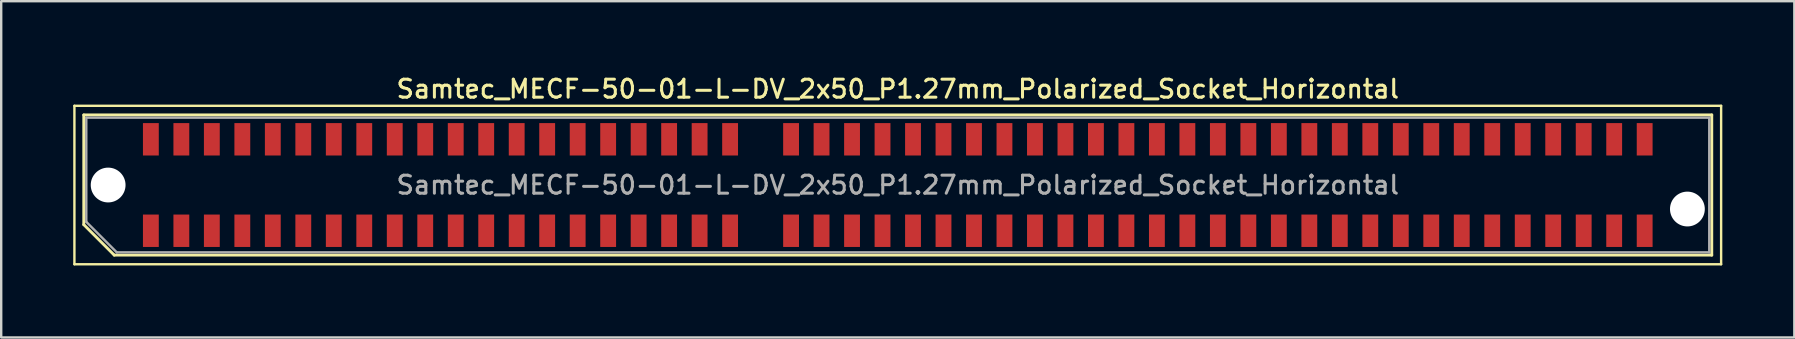
<source format=kicad_pcb>
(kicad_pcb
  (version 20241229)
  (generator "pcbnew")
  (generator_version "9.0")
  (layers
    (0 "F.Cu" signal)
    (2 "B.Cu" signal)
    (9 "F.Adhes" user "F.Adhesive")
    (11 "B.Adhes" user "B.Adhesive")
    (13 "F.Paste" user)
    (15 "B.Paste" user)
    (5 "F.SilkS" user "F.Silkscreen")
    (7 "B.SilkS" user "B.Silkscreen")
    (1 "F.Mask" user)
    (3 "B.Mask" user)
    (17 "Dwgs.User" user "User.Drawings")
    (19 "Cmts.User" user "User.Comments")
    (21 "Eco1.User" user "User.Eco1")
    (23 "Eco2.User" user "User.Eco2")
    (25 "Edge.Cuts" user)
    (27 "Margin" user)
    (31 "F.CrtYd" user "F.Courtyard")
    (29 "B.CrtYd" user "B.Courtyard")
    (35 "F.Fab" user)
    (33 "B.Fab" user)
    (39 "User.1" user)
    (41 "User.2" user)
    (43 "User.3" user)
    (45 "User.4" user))
  (footprint "Samtec_MECF-50-01-L-DV_2x50_P1.27mm_Polarized_Socket_Horizontal"
    (layer "F.Cu")
    (at 34.35 4.658)
    (property "Reference" "Samtec_MECF-50-01-L-DV_2x50_P1.27mm_Polarized_Socket_Horizontal" (at 0 -4 0) (layer "F.SilkS") (effects (font (size 0.75 0.75) (thickness 0.125))))
    (attr smd)
    (fp_line (start -34.3 -3.3) (end -34.3 3.3) (stroke (width 0.1) (type solid)) (layer "F.SilkS"))
    (fp_line (start -34.3 3.3) (end 34.3 3.3) (stroke (width 0.1) (type solid)) (layer "F.SilkS"))
    (fp_line (start -33.91 -2.92) (end 33.91 -2.92) (stroke (width 0.12) (type solid)) (layer "F.SilkS"))
    (fp_line (start -33.91 1.65) (end -33.91 -2.92) (stroke (width 0.12) (type solid)) (layer "F.SilkS"))
    (fp_line (start -32.64 2.92) (end -33.91 1.65) (stroke (width 0.12) (type solid)) (layer "F.SilkS"))
    (fp_line (start -32.64 2.92) (end 33.91 2.92) (stroke (width 0.12) (type solid)) (layer "F.SilkS"))
    (fp_line (start 33.91 2.92) (end 33.91 -2.92) (stroke (width 0.12) (type solid)) (layer "F.SilkS"))
    (fp_line (start 34.3 -3.3) (end -34.3 -3.3) (stroke (width 0.1) (type solid)) (layer "F.SilkS"))
    (fp_line (start 34.3 3.3) (end 34.3 -3.3) (stroke (width 0.1) (type solid)) (layer "F.SilkS"))
    (fp_line (start -33.805 -2.805) (end 33.805 -2.805) (stroke (width 0.1) (type solid)) (layer "F.Fab"))
    (fp_line (start -33.805 1.535) (end -33.805 -2.805) (stroke (width 0.1) (type solid)) (layer "F.Fab"))
    (fp_line (start -33.805 1.535) (end -32.535 2.805) (stroke (width 0.1) (type solid)) (layer "F.Fab"))
    (fp_line (start -32.535 2.805) (end 33.805 2.805) (stroke (width 0.1) (type solid)) (layer "F.Fab"))
    (fp_line (start 33.805 2.805) (end 33.805 -2.805) (stroke (width 0.1) (type solid)) (layer "F.Fab"))
    (fp_text user "${REFERENCE}" (at 0 0 0) (layer "F.Fab") (effects (font (size 0.75 0.75) (thickness 0.125))))
    (pad "" np_thru_hole circle (at -32.895 0) (size 1.45 1.45) (drill 1.45) (layers "*.Cu" "*.Mask"))
    (pad "" np_thru_hole circle (at 32.895 1) (size 1.45 1.45) (drill 1.45) (layers "*.Cu" "*.Mask"))
    (pad "1" smd rect (at -31.115 1.905) (size 0.66 1.35) (layers "F.Cu" "F.Mask" "F.Paste"))
    (pad "2" smd rect (at -31.115 -1.905) (size 0.66 1.35) (layers "F.Cu" "F.Mask" "F.Paste"))
    (pad "3" smd rect (at -29.845 1.905) (size 0.66 1.35) (layers "F.Cu" "F.Mask" "F.Paste"))
    (pad "4" smd rect (at -29.845 -1.905) (size 0.66 1.35) (layers "F.Cu" "F.Mask" "F.Paste"))
    (pad "5" smd rect (at -28.575 1.905) (size 0.66 1.35) (layers "F.Cu" "F.Mask" "F.Paste"))
    (pad "6" smd rect (at -28.575 -1.905) (size 0.66 1.35) (layers "F.Cu" "F.Mask" "F.Paste"))
    (pad "7" smd rect (at -27.305 1.905) (size 0.66 1.35) (layers "F.Cu" "F.Mask" "F.Paste"))
    (pad "8" smd rect (at -27.305 -1.905) (size 0.66 1.35) (layers "F.Cu" "F.Mask" "F.Paste"))
    (pad "9" smd rect (at -26.035 1.905) (size 0.66 1.35) (layers "F.Cu" "F.Mask" "F.Paste"))
    (pad "10" smd rect (at -26.035 -1.905) (size 0.66 1.35) (layers "F.Cu" "F.Mask" "F.Paste"))
    (pad "11" smd rect (at -24.765 1.905) (size 0.66 1.35) (layers "F.Cu" "F.Mask" "F.Paste"))
    (pad "12" smd rect (at -24.765 -1.905) (size 0.66 1.35) (layers "F.Cu" "F.Mask" "F.Paste"))
    (pad "13" smd rect (at -23.495 1.905) (size 0.66 1.35) (layers "F.Cu" "F.Mask" "F.Paste"))
    (pad "14" smd rect (at -23.495 -1.905) (size 0.66 1.35) (layers "F.Cu" "F.Mask" "F.Paste"))
    (pad "15" smd rect (at -22.225 1.905) (size 0.66 1.35) (layers "F.Cu" "F.Mask" "F.Paste"))
    (pad "16" smd rect (at -22.225 -1.905) (size 0.66 1.35) (layers "F.Cu" "F.Mask" "F.Paste"))
    (pad "17" smd rect (at -20.955 1.905) (size 0.66 1.35) (layers "F.Cu" "F.Mask" "F.Paste"))
    (pad "18" smd rect (at -20.955 -1.905) (size 0.66 1.35) (layers "F.Cu" "F.Mask" "F.Paste"))
    (pad "19" smd rect (at -19.685 1.905) (size 0.66 1.35) (layers "F.Cu" "F.Mask" "F.Paste"))
    (pad "20" smd rect (at -19.685 -1.905) (size 0.66 1.35) (layers "F.Cu" "F.Mask" "F.Paste"))
    (pad "21" smd rect (at -18.415 1.905) (size 0.66 1.35) (layers "F.Cu" "F.Mask" "F.Paste"))
    (pad "22" smd rect (at -18.415 -1.905) (size 0.66 1.35) (layers "F.Cu" "F.Mask" "F.Paste"))
    (pad "23" smd rect (at -17.145 1.905) (size 0.66 1.35) (layers "F.Cu" "F.Mask" "F.Paste"))
    (pad "24" smd rect (at -17.145 -1.905) (size 0.66 1.35) (layers "F.Cu" "F.Mask" "F.Paste"))
    (pad "25" smd rect (at -15.875 1.905) (size 0.66 1.35) (layers "F.Cu" "F.Mask" "F.Paste"))
    (pad "26" smd rect (at -15.875 -1.905) (size 0.66 1.35) (layers "F.Cu" "F.Mask" "F.Paste"))
    (pad "27" smd rect (at -14.605 1.905) (size 0.66 1.35) (layers "F.Cu" "F.Mask" "F.Paste"))
    (pad "28" smd rect (at -14.605 -1.905) (size 0.66 1.35) (layers "F.Cu" "F.Mask" "F.Paste"))
    (pad "29" smd rect (at -13.335 1.905) (size 0.66 1.35) (layers "F.Cu" "F.Mask" "F.Paste"))
    (pad "30" smd rect (at -13.335 -1.905) (size 0.66 1.35) (layers "F.Cu" "F.Mask" "F.Paste"))
    (pad "31" smd rect (at -12.065 1.905) (size 0.66 1.35) (layers "F.Cu" "F.Mask" "F.Paste"))
    (pad "32" smd rect (at -12.065 -1.905) (size 0.66 1.35) (layers "F.Cu" "F.Mask" "F.Paste"))
    (pad "33" smd rect (at -10.795 1.905) (size 0.66 1.35) (layers "F.Cu" "F.Mask" "F.Paste"))
    (pad "34" smd rect (at -10.795 -1.905) (size 0.66 1.35) (layers "F.Cu" "F.Mask" "F.Paste"))
    (pad "35" smd rect (at -9.525 1.905) (size 0.66 1.35) (layers "F.Cu" "F.Mask" "F.Paste"))
    (pad "36" smd rect (at -9.525 -1.905) (size 0.66 1.35) (layers "F.Cu" "F.Mask" "F.Paste"))
    (pad "37" smd rect (at -8.255 1.905) (size 0.66 1.35) (layers "F.Cu" "F.Mask" "F.Paste"))
    (pad "38" smd rect (at -8.255 -1.905) (size 0.66 1.35) (layers "F.Cu" "F.Mask" "F.Paste"))
    (pad "39" smd rect (at -6.985 1.905) (size 0.66 1.35) (layers "F.Cu" "F.Mask" "F.Paste"))
    (pad "40" smd rect (at -6.985 -1.905) (size 0.66 1.35) (layers "F.Cu" "F.Mask" "F.Paste"))
    (pad "43" smd rect (at -4.445 1.905) (size 0.66 1.35) (layers "F.Cu" "F.Mask" "F.Paste"))
    (pad "44" smd rect (at -4.445 -1.905) (size 0.66 1.35) (layers "F.Cu" "F.Mask" "F.Paste"))
    (pad "45" smd rect (at -3.175 1.905) (size 0.66 1.35) (layers "F.Cu" "F.Mask" "F.Paste"))
    (pad "46" smd rect (at -3.175 -1.905) (size 0.66 1.35) (layers "F.Cu" "F.Mask" "F.Paste"))
    (pad "47" smd rect (at -1.905 1.905) (size 0.66 1.35) (layers "F.Cu" "F.Mask" "F.Paste"))
    (pad "48" smd rect (at -1.905 -1.905) (size 0.66 1.35) (layers "F.Cu" "F.Mask" "F.Paste"))
    (pad "49" smd rect (at -0.635 1.905) (size 0.66 1.35) (layers "F.Cu" "F.Mask" "F.Paste"))
    (pad "50" smd rect (at -0.635 -1.905) (size 0.66 1.35) (layers "F.Cu" "F.Mask" "F.Paste"))
    (pad "51" smd rect (at 0.635 1.905) (size 0.66 1.35) (layers "F.Cu" "F.Mask" "F.Paste"))
    (pad "52" smd rect (at 0.635 -1.905) (size 0.66 1.35) (layers "F.Cu" "F.Mask" "F.Paste"))
    (pad "53" smd rect (at 1.905 1.905) (size 0.66 1.35) (layers "F.Cu" "F.Mask" "F.Paste"))
    (pad "54" smd rect (at 1.905 -1.905) (size 0.66 1.35) (layers "F.Cu" "F.Mask" "F.Paste"))
    (pad "55" smd rect (at 3.175 1.905) (size 0.66 1.35) (layers "F.Cu" "F.Mask" "F.Paste"))
    (pad "56" smd rect (at 3.175 -1.905) (size 0.66 1.35) (layers "F.Cu" "F.Mask" "F.Paste"))
    (pad "57" smd rect (at 4.445 1.905) (size 0.66 1.35) (layers "F.Cu" "F.Mask" "F.Paste"))
    (pad "58" smd rect (at 4.445 -1.905) (size 0.66 1.35) (layers "F.Cu" "F.Mask" "F.Paste"))
    (pad "59" smd rect (at 5.715 1.905) (size 0.66 1.35) (layers "F.Cu" "F.Mask" "F.Paste"))
    (pad "60" smd rect (at 5.715 -1.905) (size 0.66 1.35) (layers "F.Cu" "F.Mask" "F.Paste"))
    (pad "61" smd rect (at 6.985 1.905) (size 0.66 1.35) (layers "F.Cu" "F.Mask" "F.Paste"))
    (pad "62" smd rect (at 6.985 -1.905) (size 0.66 1.35) (layers "F.Cu" "F.Mask" "F.Paste"))
    (pad "63" smd rect (at 8.255 1.905) (size 0.66 1.35) (layers "F.Cu" "F.Mask" "F.Paste"))
    (pad "64" smd rect (at 8.255 -1.905) (size 0.66 1.35) (layers "F.Cu" "F.Mask" "F.Paste"))
    (pad "65" smd rect (at 9.525 1.905) (size 0.66 1.35) (layers "F.Cu" "F.Mask" "F.Paste"))
    (pad "66" smd rect (at 9.525 -1.905) (size 0.66 1.35) (layers "F.Cu" "F.Mask" "F.Paste"))
    (pad "67" smd rect (at 10.795 1.905) (size 0.66 1.35) (layers "F.Cu" "F.Mask" "F.Paste"))
    (pad "68" smd rect (at 10.795 -1.905) (size 0.66 1.35) (layers "F.Cu" "F.Mask" "F.Paste"))
    (pad "69" smd rect (at 12.065 1.905) (size 0.66 1.35) (layers "F.Cu" "F.Mask" "F.Paste"))
    (pad "70" smd rect (at 12.065 -1.905) (size 0.66 1.35) (layers "F.Cu" "F.Mask" "F.Paste"))
    (pad "71" smd rect (at 13.335 1.905) (size 0.66 1.35) (layers "F.Cu" "F.Mask" "F.Paste"))
    (pad "72" smd rect (at 13.335 -1.905) (size 0.66 1.35) (layers "F.Cu" "F.Mask" "F.Paste"))
    (pad "73" smd rect (at 14.605 1.905) (size 0.66 1.35) (layers "F.Cu" "F.Mask" "F.Paste"))
    (pad "74" smd rect (at 14.605 -1.905) (size 0.66 1.35) (layers "F.Cu" "F.Mask" "F.Paste"))
    (pad "75" smd rect (at 15.875 1.905) (size 0.66 1.35) (layers "F.Cu" "F.Mask" "F.Paste"))
    (pad "76" smd rect (at 15.875 -1.905) (size 0.66 1.35) (layers "F.Cu" "F.Mask" "F.Paste"))
    (pad "77" smd rect (at 17.145 1.905) (size 0.66 1.35) (layers "F.Cu" "F.Mask" "F.Paste"))
    (pad "78" smd rect (at 17.145 -1.905) (size 0.66 1.35) (layers "F.Cu" "F.Mask" "F.Paste"))
    (pad "79" smd rect (at 18.415 1.905) (size 0.66 1.35) (layers "F.Cu" "F.Mask" "F.Paste"))
    (pad "80" smd rect (at 18.415 -1.905) (size 0.66 1.35) (layers "F.Cu" "F.Mask" "F.Paste"))
    (pad "81" smd rect (at 19.685 1.905) (size 0.66 1.35) (layers "F.Cu" "F.Mask" "F.Paste"))
    (pad "82" smd rect (at 19.685 -1.905) (size 0.66 1.35) (layers "F.Cu" "F.Mask" "F.Paste"))
    (pad "83" smd rect (at 20.955 1.905) (size 0.66 1.35) (layers "F.Cu" "F.Mask" "F.Paste"))
    (pad "84" smd rect (at 20.955 -1.905) (size 0.66 1.35) (layers "F.Cu" "F.Mask" "F.Paste"))
    (pad "85" smd rect (at 22.225 1.905) (size 0.66 1.35) (layers "F.Cu" "F.Mask" "F.Paste"))
    (pad "86" smd rect (at 22.225 -1.905) (size 0.66 1.35) (layers "F.Cu" "F.Mask" "F.Paste"))
    (pad "87" smd rect (at 23.495 1.905) (size 0.66 1.35) (layers "F.Cu" "F.Mask" "F.Paste"))
    (pad "88" smd rect (at 23.495 -1.905) (size 0.66 1.35) (layers "F.Cu" "F.Mask" "F.Paste"))
    (pad "89" smd rect (at 24.765 1.905) (size 0.66 1.35) (layers "F.Cu" "F.Mask" "F.Paste"))
    (pad "90" smd rect (at 24.765 -1.905) (size 0.66 1.35) (layers "F.Cu" "F.Mask" "F.Paste"))
    (pad "91" smd rect (at 26.035 1.905) (size 0.66 1.35) (layers "F.Cu" "F.Mask" "F.Paste"))
    (pad "92" smd rect (at 26.035 -1.905) (size 0.66 1.35) (layers "F.Cu" "F.Mask" "F.Paste"))
    (pad "93" smd rect (at 27.305 1.905) (size 0.66 1.35) (layers "F.Cu" "F.Mask" "F.Paste"))
    (pad "94" smd rect (at 27.305 -1.905) (size 0.66 1.35) (layers "F.Cu" "F.Mask" "F.Paste"))
    (pad "95" smd rect (at 28.575 1.905) (size 0.66 1.35) (layers "F.Cu" "F.Mask" "F.Paste"))
    (pad "96" smd rect (at 28.575 -1.905) (size 0.66 1.35) (layers "F.Cu" "F.Mask" "F.Paste"))
    (pad "97" smd rect (at 29.845 1.905) (size 0.66 1.35) (layers "F.Cu" "F.Mask" "F.Paste"))
    (pad "98" smd rect (at 29.845 -1.905) (size 0.66 1.35) (layers "F.Cu" "F.Mask" "F.Paste"))
    (pad "99" smd rect (at 31.115 1.905) (size 0.66 1.35) (layers "F.Cu" "F.Mask" "F.Paste"))
    (pad "100" smd rect (at 31.115 -1.905) (size 0.66 1.35) (layers "F.Cu" "F.Mask" "F.Paste")))
  (gr_rect
    (start -3 -3)
    (end 71.7 11.008)
    (stroke (width 0.1) (type default))
    (fill no)
    (layer "Edge.Cuts")))
</source>
